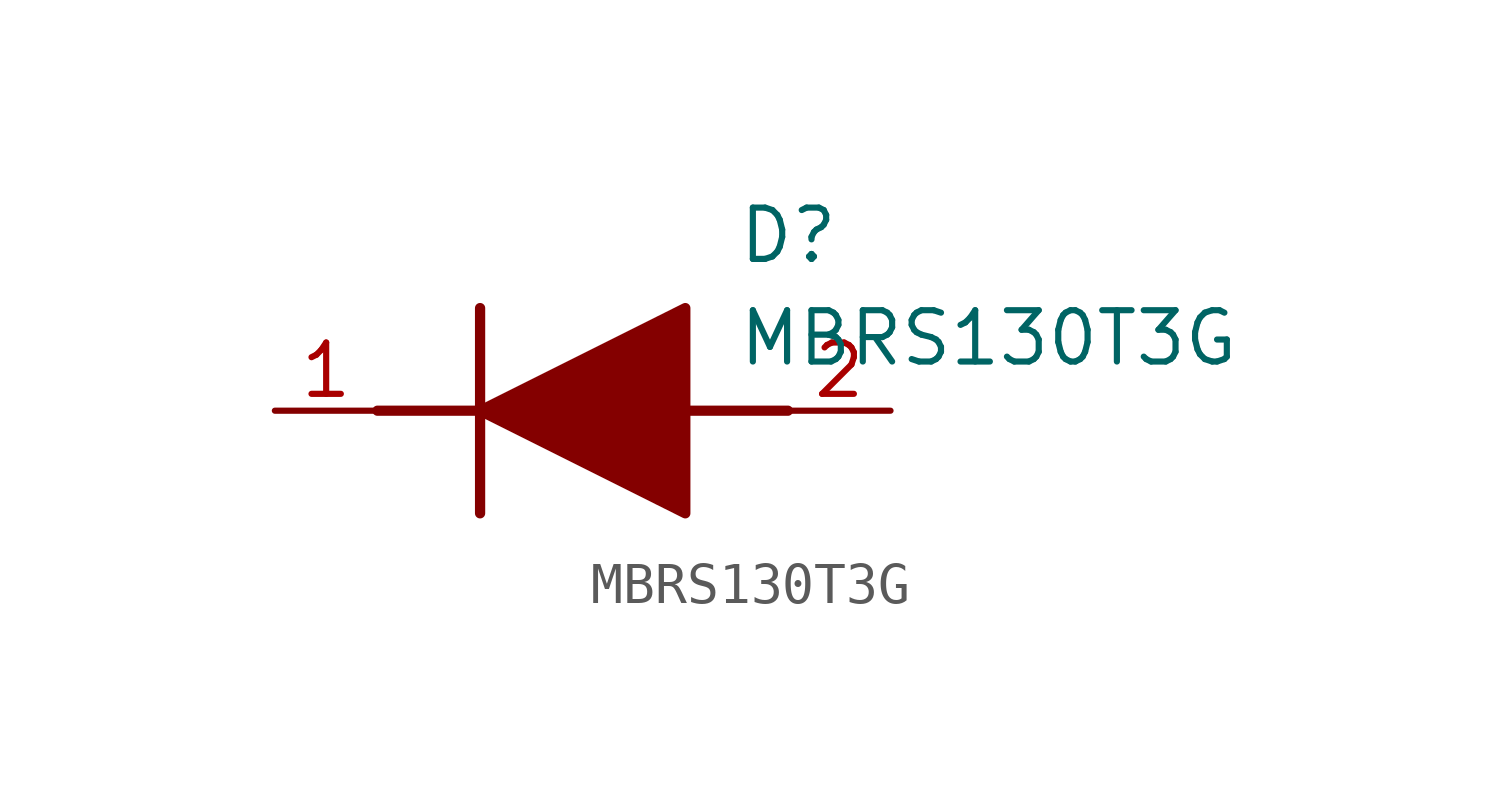
<source format=kicad_sym>
(kicad_symbol_lib
  (version 20211014)
  (generator SamacSys_ECAD_Model)
  (symbol "MBRS130T3G"
    (pin_names hide)
    (property "Reference" "D"
      (at 11.43 5.08 0)
      (effects (font (size 1.27 1.27)) (justify left top)))
    (property "Value" "MBRS130T3G"
      (at 11.43 2.54 0)
      (effects (font (size 1.27 1.27)) (justify left top)))
    (polyline
      (pts (xy 5.08 2.54) (xy 5.08 -2.54))
      (stroke (width 0.254) (type default))
      (fill (type none)))
    (polyline
      (pts (xy 2.54 0) (xy 5.08 0))
      (stroke (width 0.254) (type default))
      (fill (type none)))
    (polyline
      (pts (xy 10.16 0) (xy 12.7 0))
      (stroke (width 0.254) (type default))
      (fill (type none)))
    (polyline
      (pts (xy 5.08 0) (xy 10.16 2.54) (xy 10.16 -2.54) (xy 5.08 0))
      (stroke (width 0.254) (type default))
      (fill (type outline)))
    (pin passive line
      (at 0 0 0)
      (length 2.54)
      (name "K" (effects (font (size 1.27 1.27))))
      (number "1" (effects (font (size 1.27 1.27)))))
    (pin passive line
      (at 15.24 0 180)
      (length 2.54)
      (name "A" (effects (font (size 1.27 1.27))))
      (number "2" (effects (font (size 1.27 1.27)))))))
</source>
